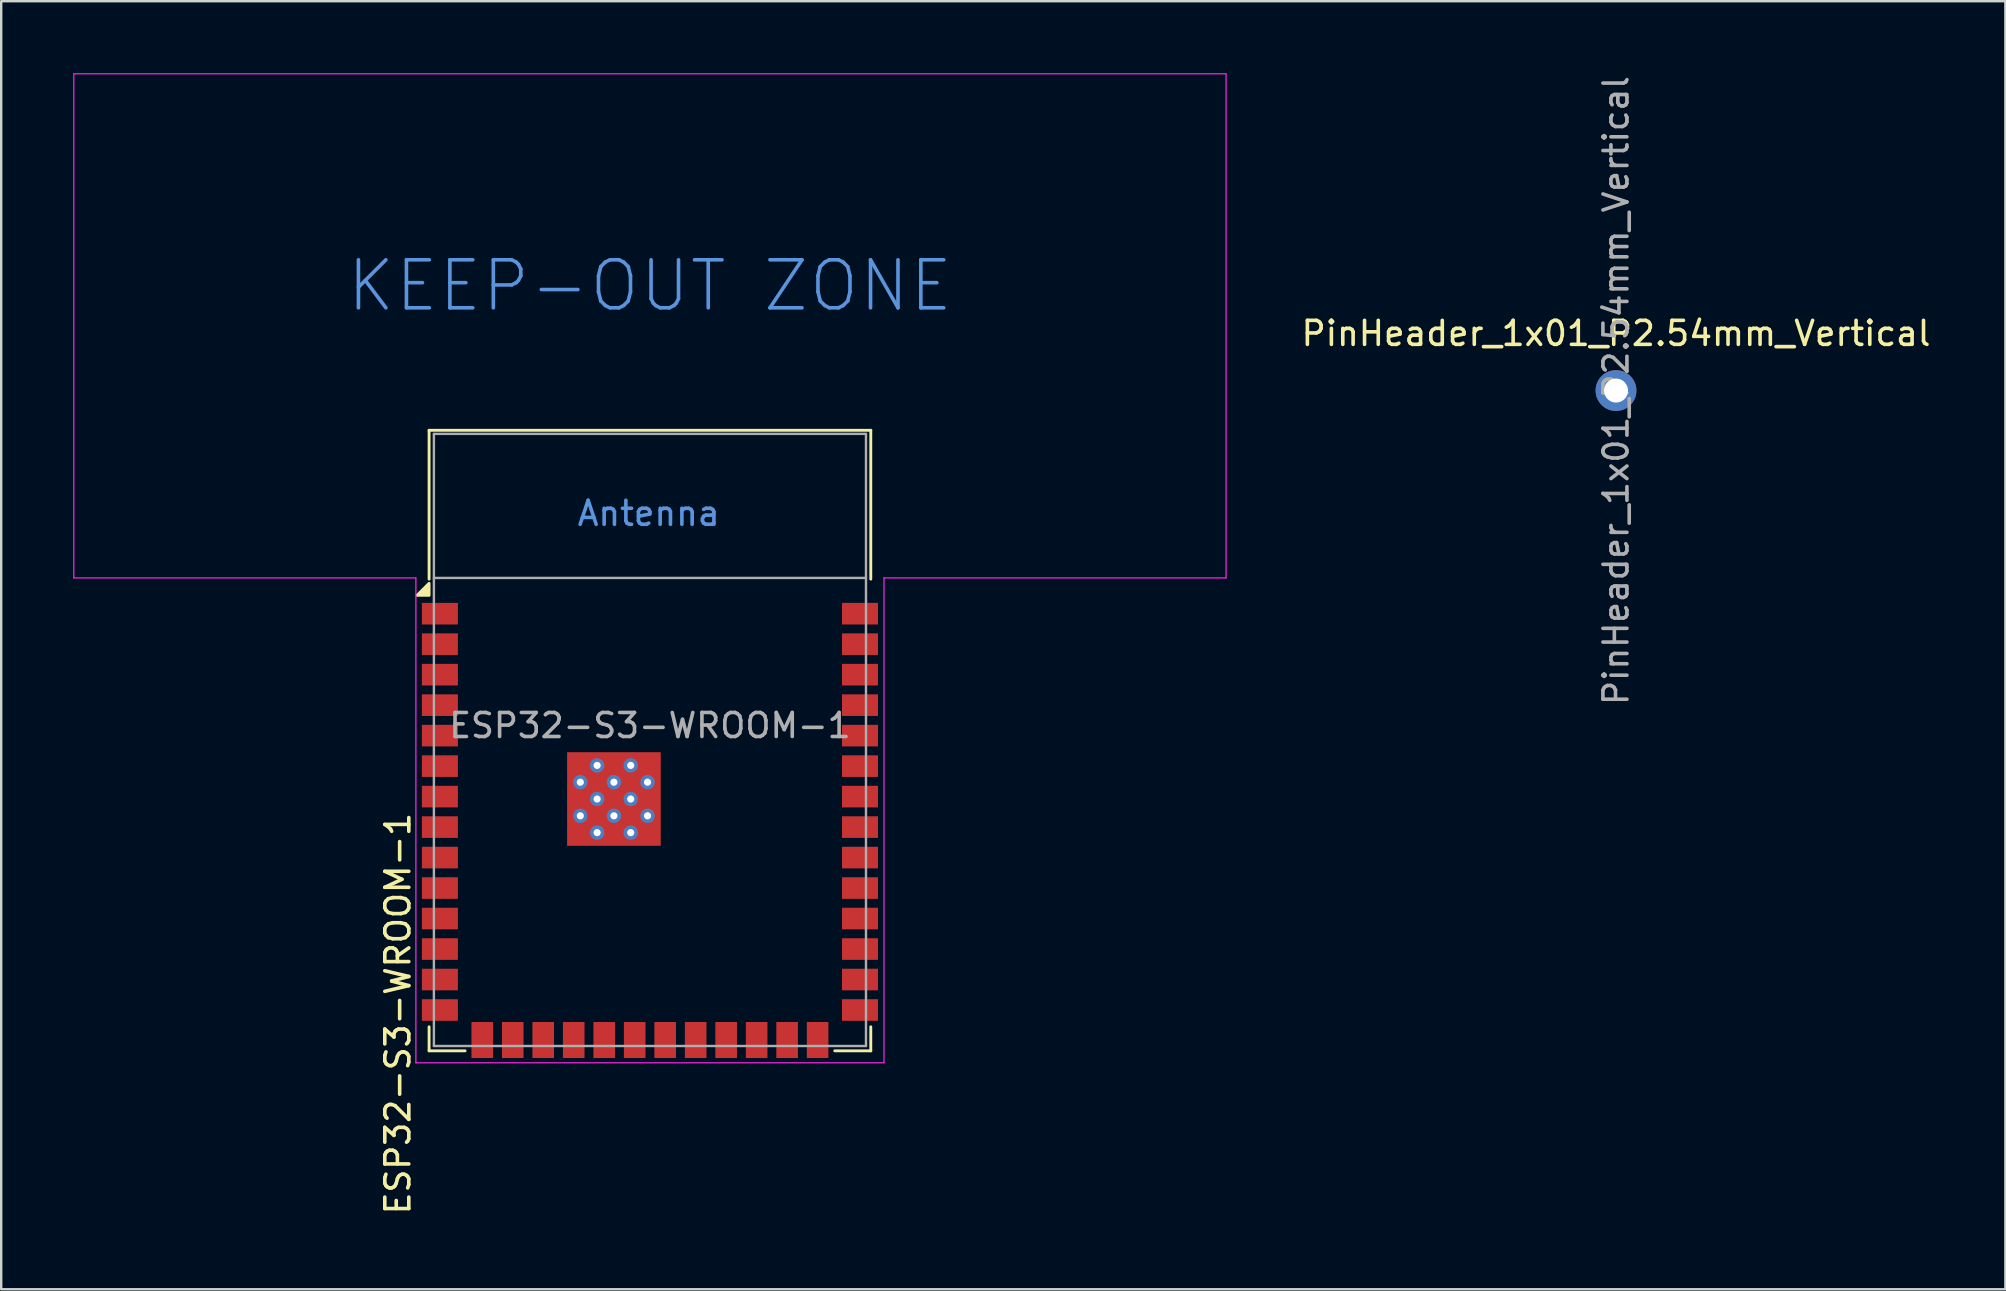
<source format=kicad_pcb>
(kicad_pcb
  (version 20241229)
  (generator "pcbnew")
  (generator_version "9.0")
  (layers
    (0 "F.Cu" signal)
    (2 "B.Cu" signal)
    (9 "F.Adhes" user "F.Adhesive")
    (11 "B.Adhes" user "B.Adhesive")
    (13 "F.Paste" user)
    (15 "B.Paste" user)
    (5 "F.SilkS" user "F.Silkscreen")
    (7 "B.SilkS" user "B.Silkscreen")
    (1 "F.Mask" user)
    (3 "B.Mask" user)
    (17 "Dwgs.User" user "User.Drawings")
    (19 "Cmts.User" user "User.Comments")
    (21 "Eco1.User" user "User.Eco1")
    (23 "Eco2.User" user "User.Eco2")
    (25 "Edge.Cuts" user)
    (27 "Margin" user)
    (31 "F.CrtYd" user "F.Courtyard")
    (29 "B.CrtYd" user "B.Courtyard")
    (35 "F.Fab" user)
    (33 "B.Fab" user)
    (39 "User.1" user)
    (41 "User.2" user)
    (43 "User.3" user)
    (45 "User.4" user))
  (footprint "ESP32-S3-WROOM-1"
    (layer "F.Cu")
    (at 24.025 27.775)
    (property "Reference" "ESP32-S3-WROOM-1" (at -10.5 11.4 90) (unlocked yes) (layer "F.SilkS") (effects (font (size 1 1) (thickness 0.15))))
    (attr smd)
    (fp_line (start -9.2 -12.9) (end -9.2 -6.7) (stroke (width 0.12) (type solid)) (layer "F.SilkS"))
    (fp_line (start -9.2 -12.9) (end 9.2 -12.9) (stroke (width 0.12) (type solid)) (layer "F.SilkS"))
    (fp_line (start -9.2 11.95) (end -9.2 12.95) (stroke (width 0.12) (type solid)) (layer "F.SilkS"))
    (fp_line (start -9.2 12.95) (end -7.7 12.95) (stroke (width 0.12) (type solid)) (layer "F.SilkS"))
    (fp_line (start 9.2 -12.9) (end 9.2 -6.7) (stroke (width 0.12) (type solid)) (layer "F.SilkS"))
    (fp_line (start 9.2 12.95) (end 7.7 12.95) (stroke (width 0.12) (type solid)) (layer "F.SilkS"))
    (fp_line (start 9.2 12.95) (end 9.2 11.95) (stroke (width 0.12) (type solid)) (layer "F.SilkS"))
    (fp_poly (pts (xy -9.2 -6.025) (xy -9.7 -6.025) (xy -9.2 -6.525) (xy -9.2 -6.025)) (stroke (width 0.12) (type solid)) (fill yes) (layer "F.SilkS"))
    (fp_line (start -24 -27.75) (end -24 -6.75) (stroke (width 0.05) (type solid)) (layer "F.CrtYd"))
    (fp_line (start -24 -6.75) (end -9.75 -6.75) (stroke (width 0.05) (type solid)) (layer "F.CrtYd"))
    (fp_line (start -9.75 13.45) (end -9.75 -6.75) (stroke (width 0.05) (type solid)) (layer "F.CrtYd"))
    (fp_line (start -9.75 13.45) (end 9.75 13.45) (stroke (width 0.05) (type solid)) (layer "F.CrtYd"))
    (fp_line (start 9.75 -6.75) (end 9.75 13.45) (stroke (width 0.05) (type solid)) (layer "F.CrtYd"))
    (fp_line (start 9.75 -6.75) (end 24 -6.75) (stroke (width 0.05) (type solid)) (layer "F.CrtYd"))
    (fp_line (start 24 -27.75) (end -24 -27.75) (stroke (width 0.05) (type solid)) (layer "F.CrtYd"))
    (fp_line (start 24 -6.75) (end 24 -27.75) (stroke (width 0.05) (type solid)) (layer "F.CrtYd"))
    (fp_line (start -9 -12.75) (end 9 -12.75) (stroke (width 0.1) (type solid)) (layer "F.Fab"))
    (fp_line (start -9 -6.75) (end 9 -6.75) (stroke (width 0.1) (type solid)) (layer "F.Fab"))
    (fp_line (start -9 12.75) (end -9 -12.75) (stroke (width 0.1) (type solid)) (layer "F.Fab"))
    (fp_line (start -9 12.75) (end 9 12.75) (stroke (width 0.1) (type solid)) (layer "F.Fab"))
    (fp_line (start 9 12.75) (end 9 -12.75) (stroke (width 0.1) (type solid)) (layer "F.Fab"))
    (fp_text user "Antenna" (at -0.05 -9.44 0) (layer "Cmts.User") (effects (font (size 1 1) (thickness 0.15))))
    (fp_text user "KEEP-OUT ZONE" (at 0 -18.92 0) (layer "Cmts.User") (effects (font (size 2 2) (thickness 0.15))))
    (fp_text user "${REFERENCE}" (at 0 -0.6 0) (unlocked yes) (layer "F.Fab") (effects (font (size 1 1) (thickness 0.15))))
    (pad "" smd rect (at -2.9 1.06) (size 0.9 0.9) (layers "F.Paste"))
    (pad "" smd rect (at -2.9 2.46 270) (size 0.9 0.9) (layers "F.Paste"))
    (pad "" smd rect (at -2.9 3.86) (size 0.9 0.9) (layers "F.Paste"))
    (pad "" smd rect (at -1.5 1.06 270) (size 0.9 0.9) (layers "F.Paste"))
    (pad "" smd rect (at -1.5 2.46 270) (size 0.9 0.9) (layers "F.Paste"))
    (pad "" smd rect (at -1.5 3.86 270) (size 0.9 0.9) (layers "F.Paste"))
    (pad "" smd rect (at -0.1 1.06 270) (size 0.9 0.9) (layers "F.Paste"))
    (pad "" smd rect (at -0.1 2.46 270) (size 0.9 0.9) (layers "F.Paste"))
    (pad "" smd rect (at -0.1 3.86 270) (size 0.9 0.9) (layers "F.Paste"))
    (pad "1" smd rect (at -8.75 -5.26) (size 1.5 0.9) (layers "F.Cu" "F.Mask" "F.Paste"))
    (pad "2" smd rect (at -8.75 -3.99) (size 1.5 0.9) (layers "F.Cu" "F.Mask" "F.Paste"))
    (pad "3" smd rect (at -8.75 -2.72) (size 1.5 0.9) (layers "F.Cu" "F.Mask" "F.Paste"))
    (pad "4" smd rect (at -8.75 -1.45) (size 1.5 0.9) (layers "F.Cu" "F.Mask" "F.Paste"))
    (pad "5" smd rect (at -8.75 -0.18) (size 1.5 0.9) (layers "F.Cu" "F.Mask" "F.Paste"))
    (pad "6" smd rect (at -8.75 1.09) (size 1.5 0.9) (layers "F.Cu" "F.Mask" "F.Paste"))
    (pad "7" smd rect (at -8.75 2.36) (size 1.5 0.9) (layers "F.Cu" "F.Mask" "F.Paste"))
    (pad "8" smd rect (at -8.75 3.63) (size 1.5 0.9) (layers "F.Cu" "F.Mask" "F.Paste"))
    (pad "9" smd rect (at -8.75 4.9) (size 1.5 0.9) (layers "F.Cu" "F.Mask" "F.Paste"))
    (pad "10" smd rect (at -8.75 6.17) (size 1.5 0.9) (layers "F.Cu" "F.Mask" "F.Paste"))
    (pad "11" smd rect (at -8.75 7.44) (size 1.5 0.9) (layers "F.Cu" "F.Mask" "F.Paste"))
    (pad "12" smd rect (at -8.75 8.71) (size 1.5 0.9) (layers "F.Cu" "F.Mask" "F.Paste"))
    (pad "13" smd rect (at -8.75 9.98) (size 1.5 0.9) (layers "F.Cu" "F.Mask" "F.Paste"))
    (pad "14" smd rect (at -8.75 11.25 180) (size 1.5 0.9) (layers "F.Cu" "F.Mask" "F.Paste"))
    (pad "15" smd rect (at -6.985 12.5 270) (size 1.5 0.9) (layers "F.Cu" "F.Mask" "F.Paste"))
    (pad "16" smd rect (at -5.715 12.5 270) (size 1.5 0.9) (layers "F.Cu" "F.Mask" "F.Paste"))
    (pad "17" smd rect (at -4.445 12.5 270) (size 1.5 0.9) (layers "F.Cu" "F.Mask" "F.Paste"))
    (pad "18" smd rect (at -3.175 12.5 270) (size 1.5 0.9) (layers "F.Cu" "F.Mask" "F.Paste"))
    (pad "19" smd rect (at -1.905 12.5 270) (size 1.5 0.9) (layers "F.Cu" "F.Mask" "F.Paste"))
    (pad "20" smd rect (at -0.635 12.5 270) (size 1.5 0.9) (layers "F.Cu" "F.Mask" "F.Paste"))
    (pad "21" smd rect (at 0.635 12.5 270) (size 1.5 0.9) (layers "F.Cu" "F.Mask" "F.Paste"))
    (pad "22" smd rect (at 1.905 12.5 270) (size 1.5 0.9) (layers "F.Cu" "F.Mask" "F.Paste"))
    (pad "23" smd rect (at 3.175 12.5 270) (size 1.5 0.9) (layers "F.Cu" "F.Mask" "F.Paste"))
    (pad "24" smd rect (at 4.445 12.5 270) (size 1.5 0.9) (layers "F.Cu" "F.Mask" "F.Paste"))
    (pad "25" smd rect (at 5.715 12.5 270) (size 1.5 0.9) (layers "F.Cu" "F.Mask" "F.Paste"))
    (pad "26" smd rect (at 6.985 12.5 270) (size 1.5 0.9) (layers "F.Cu" "F.Mask" "F.Paste"))
    (pad "27" smd rect (at 8.75 11.25) (size 1.5 0.9) (layers "F.Cu" "F.Mask" "F.Paste"))
    (pad "28" smd rect (at 8.75 9.98) (size 1.5 0.9) (layers "F.Cu" "F.Mask" "F.Paste"))
    (pad "29" smd rect (at 8.75 8.71) (size 1.5 0.9) (layers "F.Cu" "F.Mask" "F.Paste"))
    (pad "30" smd rect (at 8.75 7.44) (size 1.5 0.9) (layers "F.Cu" "F.Mask" "F.Paste"))
    (pad "31" smd rect (at 8.75 6.17) (size 1.5 0.9) (layers "F.Cu" "F.Mask" "F.Paste"))
    (pad "32" smd rect (at 8.75 4.9) (size 1.5 0.9) (layers "F.Cu" "F.Mask" "F.Paste"))
    (pad "33" smd rect (at 8.75 3.63) (size 1.5 0.9) (layers "F.Cu" "F.Mask" "F.Paste"))
    (pad "34" smd rect (at 8.75 2.36) (size 1.5 0.9) (layers "F.Cu" "F.Mask" "F.Paste"))
    (pad "35" smd rect (at 8.75 1.09) (size 1.5 0.9) (layers "F.Cu" "F.Mask" "F.Paste"))
    (pad "36" smd rect (at 8.75 -0.18) (size 1.5 0.9) (layers "F.Cu" "F.Mask" "F.Paste"))
    (pad "37" smd rect (at 8.75 -1.45) (size 1.5 0.9) (layers "F.Cu" "F.Mask" "F.Paste"))
    (pad "38" smd rect (at 8.75 -2.72) (size 1.5 0.9) (layers "F.Cu" "F.Mask" "F.Paste"))
    (pad "39" smd rect (at 8.75 -3.99) (size 1.5 0.9) (layers "F.Cu" "F.Mask" "F.Paste"))
    (pad "40" smd rect (at 8.75 -5.26) (size 1.5 0.9) (layers "F.Cu" "F.Mask" "F.Paste"))
    (pad "41" thru_hole circle (at -2.9 1.76 90) (size 0.6 0.6) (drill 0.3) (property pad_prop_heatsink) (layers "*.Cu" "F.Mask"))
    (pad "41" thru_hole circle (at -2.9 3.16) (size 0.6 0.6) (drill 0.3) (property pad_prop_heatsink) (layers "*.Cu" "F.Mask"))
    (pad "41" thru_hole circle (at -2.2 1.06) (size 0.6 0.6) (drill 0.3) (property pad_prop_heatsink) (layers "*.Cu" "F.Mask"))
    (pad "41" thru_hole circle (at -2.2 2.46) (size 0.6 0.6) (drill 0.3) (property pad_prop_heatsink) (layers "*.Cu" "F.Mask"))
    (pad "41" thru_hole circle (at -2.2 3.86) (size 0.6 0.6) (drill 0.3) (property pad_prop_heatsink) (layers "*.Cu" "F.Mask"))
    (pad "41" thru_hole circle (at -1.5 1.76) (size 0.6 0.6) (drill 0.3) (property pad_prop_heatsink) (layers "*.Cu" "F.Mask"))
    (pad "41" smd rect (at -1.5 2.46 270) (size 3.9 3.9) (property pad_prop_heatsink) (layers "F.Cu" "F.Mask"))
    (pad "41" thru_hole circle (at -1.5 3.16) (size 0.6 0.6) (drill 0.3) (property pad_prop_heatsink) (layers "*.Cu" "F.Mask"))
    (pad "41" thru_hole circle (at -0.8 1.06) (size 0.6 0.6) (drill 0.3) (property pad_prop_heatsink) (layers "*.Cu" "F.Mask"))
    (pad "41" thru_hole circle (at -0.8 2.46) (size 0.6 0.6) (drill 0.3) (property pad_prop_heatsink) (layers "*.Cu" "F.Mask"))
    (pad "41" thru_hole circle (at -0.8 3.86) (size 0.6 0.6) (drill 0.3) (property pad_prop_heatsink) (layers "*.Cu" "F.Mask"))
    (pad "41" thru_hole circle (at -0.1 1.76) (size 0.6 0.6) (drill 0.3) (property pad_prop_heatsink) (layers "*.Cu" "F.Mask"))
    (pad "41" thru_hole circle (at -0.1 3.16) (size 0.6 0.6) (drill 0.3) (property pad_prop_heatsink) (layers "*.Cu" "F.Mask"))
    (zone (net_name "") (layers "F.Cu" "B.Cu") (hatch full 0.508) (connect_pads) (min_thickness 0.254) (filled_areas_thickness no) (keepout (tracks not_allowed) (vias not_allowed) (pads not_allowed) (copperpour not_allowed) (footprints not_allowed)) (placement (enabled no)) (fill) (polygon (pts (xy 0.025 21.025) (xy 48.025 21.025) (xy 48.025 0.025) (xy 0.025 0.025)))))
  (footprint "PinHeader_1x01_P2.54mm_Vertical"
    (layer "F.Cu")
    (at 64.27 13.22)
    (property "Reference" "PinHeader_1x01_P2.54mm_Vertical" (at 0 -2.38 0) (layer "F.SilkS") (effects (font (size 1 1) (thickness 0.15))))
    (attr through_hole dnp)
    (fp_text user "${REFERENCE}" (at 0 0 90) (layer "F.Fab") (effects (font (size 1 1) (thickness 0.15))))
    (pad "1" thru_hole circle (at 0 0) (size 1.7 1.7) (drill 1) (layers "*.Cu" "*.Mask")))
  (gr_rect
    (start -3 -3)
    (end 80.49 50.657)
    (stroke (width 0.1) (type default))
    (fill no)
    (layer "Edge.Cuts")))
</source>
